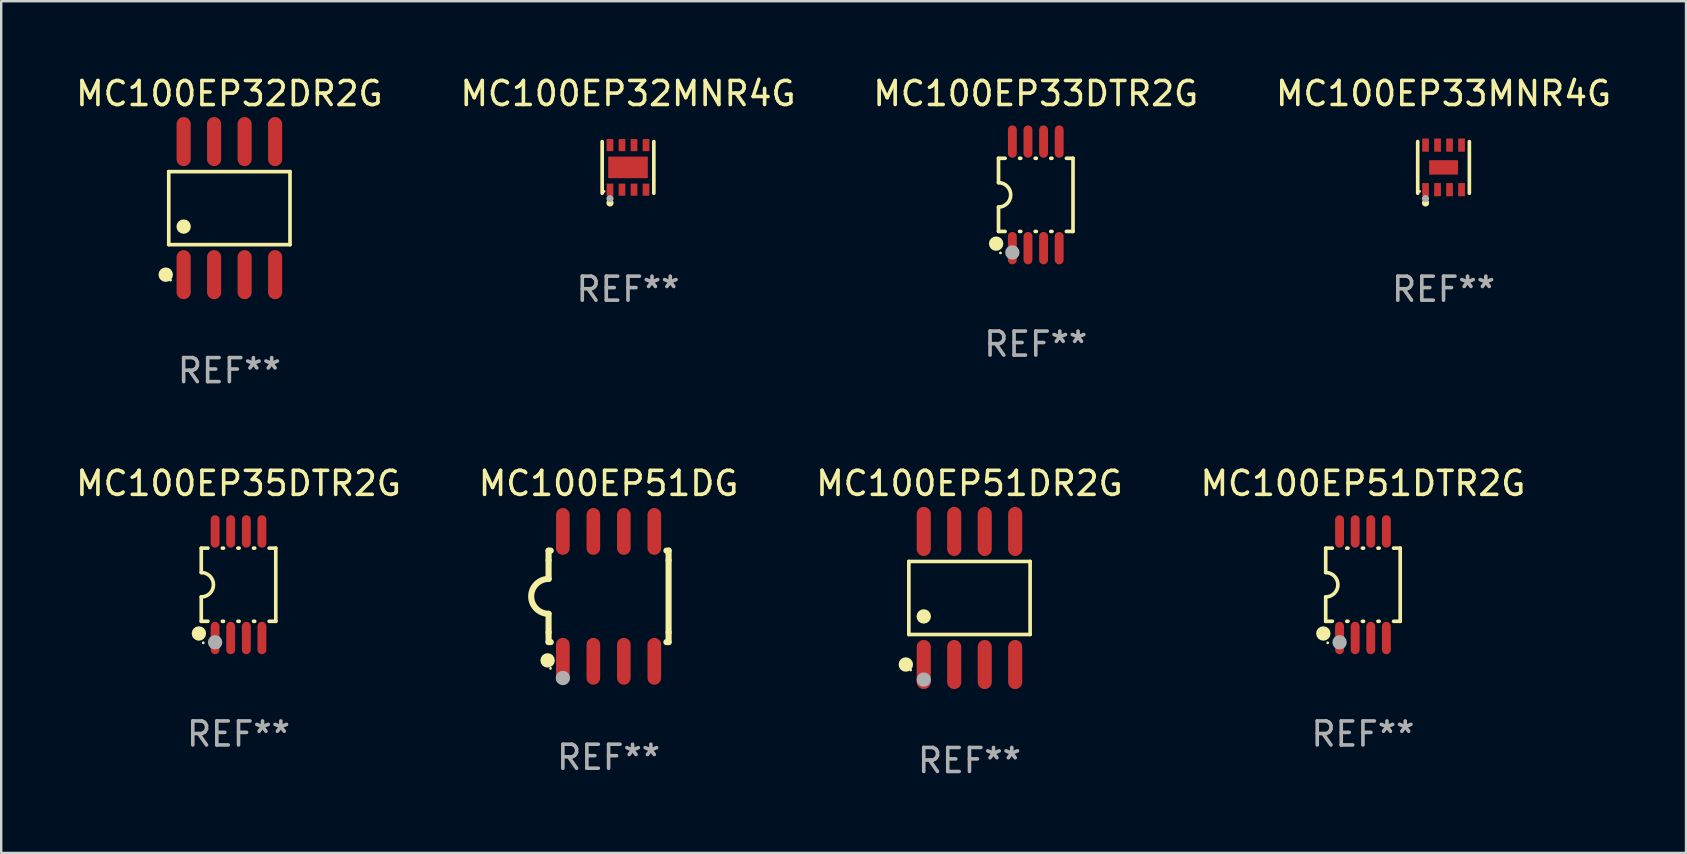
<source format=kicad_pcb>
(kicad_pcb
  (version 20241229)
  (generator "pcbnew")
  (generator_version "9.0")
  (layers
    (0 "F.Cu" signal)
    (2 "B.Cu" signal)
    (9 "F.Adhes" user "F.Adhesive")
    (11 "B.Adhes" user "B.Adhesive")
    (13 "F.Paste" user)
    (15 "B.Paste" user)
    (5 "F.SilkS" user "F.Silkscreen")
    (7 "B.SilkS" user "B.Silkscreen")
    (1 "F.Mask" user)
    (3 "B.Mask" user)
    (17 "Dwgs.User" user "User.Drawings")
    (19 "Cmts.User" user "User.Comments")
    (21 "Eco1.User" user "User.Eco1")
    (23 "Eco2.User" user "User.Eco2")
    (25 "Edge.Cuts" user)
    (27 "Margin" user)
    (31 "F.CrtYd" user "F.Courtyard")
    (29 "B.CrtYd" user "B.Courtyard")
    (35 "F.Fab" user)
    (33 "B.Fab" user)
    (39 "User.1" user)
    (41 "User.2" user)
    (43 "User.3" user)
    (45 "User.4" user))
  (footprint "MC100EP51DTR2G"
    (layer "F.Cu")
    (at 53.732 21.31)
    (property "Reference" "MC100EP51DTR2G" (at 0 -4.22 0) (layer "F.SilkS") (effects (font (size 1 1) (thickness 0.15))))
    (attr through_hole)
    (fp_line (start -1.552 -1.524) (end -1.276 -1.524) (stroke (width 0.152) (type solid)) (layer "F.SilkS"))
    (fp_line (start -1.552 -0.508) (end -1.552 -1.524) (stroke (width 0.152) (type solid)) (layer "F.SilkS"))
    (fp_line (start -1.552 1.524) (end -1.552 0.508) (stroke (width 0.152) (type solid)) (layer "F.SilkS"))
    (fp_line (start -1.552 1.524) (end -1.276 1.524) (stroke (width 0.152) (type solid)) (layer "F.SilkS"))
    (fp_line (start -0.674 -1.524) (end -0.626 -1.524) (stroke (width 0.152) (type solid)) (layer "F.SilkS"))
    (fp_line (start -0.674 1.524) (end -0.626 1.524) (stroke (width 0.152) (type solid)) (layer "F.SilkS"))
    (fp_line (start -0.024 -1.524) (end 0.024 -1.524) (stroke (width 0.152) (type solid)) (layer "F.SilkS"))
    (fp_line (start -0.024 1.524) (end 0.024 1.524) (stroke (width 0.152) (type solid)) (layer "F.SilkS"))
    (fp_line (start 0.626 -1.524) (end 0.674 -1.524) (stroke (width 0.152) (type solid)) (layer "F.SilkS"))
    (fp_line (start 0.626 1.524) (end 0.674 1.524) (stroke (width 0.152) (type solid)) (layer "F.SilkS"))
    (fp_line (start 1.276 1.524) (end 1.552 1.524) (stroke (width 0.152) (type solid)) (layer "F.SilkS"))
    (fp_line (start 1.276 -1.524) (end 1.552 -1.524) (stroke (width 0.152) (type solid)) (layer "F.SilkS"))
    (fp_line (start 1.552 -1.524) (end 1.552 1.524) (stroke (width 0.152) (type solid)) (layer "F.SilkS"))
    (fp_arc (start -1.551943 -0.508001) (mid -1.043942 0) (end -1.551943 0.508001) (stroke (width 0.151994) (type solid)) (layer "F.SilkS"))
    (fp_circle (center -1.651 2.032) (end -1.501 2.032) (stroke (width 0.3) (type solid)) (fill no) (layer "F.SilkS"))
    (fp_circle (center -1.47 2.42) (end -1.44 2.42) (stroke (width 0.06) (type solid)) (fill no) (layer "F.SilkS"))
    (fp_circle (center -0.975 2.4) (end -0.825 2.4) (stroke (width 0.3) (type solid)) (fill no) (layer "F.Fab"))
    (fp_text user "REF**" (at 0 6.22 0) (layer "F.Fab") (effects (font (size 1 1) (thickness 0.15))))
    (pad "1" smd oval (at -0.975 2.22) (size 0.37 1.35) (layers "F.Cu" "F.Mask" "F.Paste"))
    (pad "2" smd oval (at -0.325 2.22) (size 0.37 1.35) (layers "F.Cu" "F.Mask" "F.Paste"))
    (pad "3" smd oval (at 0.325 2.22) (size 0.37 1.35) (layers "F.Cu" "F.Mask" "F.Paste"))
    (pad "4" smd oval (at 0.975 2.22) (size 0.37 1.35) (layers "F.Cu" "F.Mask" "F.Paste"))
    (pad "5" smd oval (at 0.975 -2.22) (size 0.37 1.35) (layers "F.Cu" "F.Mask" "F.Paste"))
    (pad "6" smd oval (at 0.325 -2.22) (size 0.37 1.35) (layers "F.Cu" "F.Mask" "F.Paste"))
    (pad "7" smd oval (at -0.325 -2.22) (size 0.37 1.35) (layers "F.Cu" "F.Mask" "F.Paste"))
    (pad "8" smd oval (at -0.975 -2.22) (size 0.37 1.35) (layers "F.Cu" "F.Mask" "F.Paste")))
  (footprint "MC100EP33DTR2G"
    (layer "F.Cu")
    (at 40.101 5.068)
    (property "Reference" "MC100EP33DTR2G" (at 0 -4.22 0) (layer "F.SilkS") (effects (font (size 1 1) (thickness 0.15))))
    (attr through_hole)
    (fp_line (start -1.552 -1.524) (end -1.276 -1.524) (stroke (width 0.152) (type solid)) (layer "F.SilkS"))
    (fp_line (start -1.552 -0.508) (end -1.552 -1.524) (stroke (width 0.152) (type solid)) (layer "F.SilkS"))
    (fp_line (start -1.552 1.524) (end -1.552 0.508) (stroke (width 0.152) (type solid)) (layer "F.SilkS"))
    (fp_line (start -1.552 1.524) (end -1.276 1.524) (stroke (width 0.152) (type solid)) (layer "F.SilkS"))
    (fp_line (start -0.674 -1.524) (end -0.626 -1.524) (stroke (width 0.152) (type solid)) (layer "F.SilkS"))
    (fp_line (start -0.674 1.524) (end -0.626 1.524) (stroke (width 0.152) (type solid)) (layer "F.SilkS"))
    (fp_line (start -0.024 -1.524) (end 0.024 -1.524) (stroke (width 0.152) (type solid)) (layer "F.SilkS"))
    (fp_line (start -0.024 1.524) (end 0.024 1.524) (stroke (width 0.152) (type solid)) (layer "F.SilkS"))
    (fp_line (start 0.626 -1.524) (end 0.674 -1.524) (stroke (width 0.152) (type solid)) (layer "F.SilkS"))
    (fp_line (start 0.626 1.524) (end 0.674 1.524) (stroke (width 0.152) (type solid)) (layer "F.SilkS"))
    (fp_line (start 1.276 1.524) (end 1.552 1.524) (stroke (width 0.152) (type solid)) (layer "F.SilkS"))
    (fp_line (start 1.276 -1.524) (end 1.552 -1.524) (stroke (width 0.152) (type solid)) (layer "F.SilkS"))
    (fp_line (start 1.552 -1.524) (end 1.552 1.524) (stroke (width 0.152) (type solid)) (layer "F.SilkS"))
    (fp_arc (start -1.551943 -0.508001) (mid -1.043942 0) (end -1.551943 0.508001) (stroke (width 0.151994) (type solid)) (layer "F.SilkS"))
    (fp_circle (center -1.651 2.032) (end -1.501 2.032) (stroke (width 0.3) (type solid)) (fill no) (layer "F.SilkS"))
    (fp_circle (center -1.47 2.42) (end -1.44 2.42) (stroke (width 0.06) (type solid)) (fill no) (layer "F.SilkS"))
    (fp_circle (center -0.975 2.4) (end -0.825 2.4) (stroke (width 0.3) (type solid)) (fill no) (layer "F.Fab"))
    (fp_text user "REF**" (at 0 6.22 0) (layer "F.Fab") (effects (font (size 1 1) (thickness 0.15))))
    (pad "1" smd oval (at -0.975 2.22) (size 0.37 1.35) (layers "F.Cu" "F.Mask" "F.Paste"))
    (pad "2" smd oval (at -0.325 2.22) (size 0.37 1.35) (layers "F.Cu" "F.Mask" "F.Paste"))
    (pad "3" smd oval (at 0.325 2.22) (size 0.37 1.35) (layers "F.Cu" "F.Mask" "F.Paste"))
    (pad "4" smd oval (at 0.975 2.22) (size 0.37 1.35) (layers "F.Cu" "F.Mask" "F.Paste"))
    (pad "5" smd oval (at 0.975 -2.22) (size 0.37 1.35) (layers "F.Cu" "F.Mask" "F.Paste"))
    (pad "6" smd oval (at 0.325 -2.22) (size 0.37 1.35) (layers "F.Cu" "F.Mask" "F.Paste"))
    (pad "7" smd oval (at -0.325 -2.22) (size 0.37 1.35) (layers "F.Cu" "F.Mask" "F.Paste"))
    (pad "8" smd oval (at -0.975 -2.22) (size 0.37 1.35) (layers "F.Cu" "F.Mask" "F.Paste")))
  (footprint "MC100EP51DR2G"
    (layer "F.Cu")
    (at 37.339 21.862)
    (property "Reference" "MC100EP51DR2G" (at 0 -4.772 0) (layer "F.SilkS") (effects (font (size 1 1) (thickness 0.15))))
    (attr through_hole)
    (fp_line (start -2.526 -1.521) (end 2.526 -1.521) (stroke (width 0.152) (type solid)) (layer "F.SilkS"))
    (fp_line (start -2.526 1.521) (end -2.526 -1.521) (stroke (width 0.152) (type solid)) (layer "F.SilkS"))
    (fp_line (start 2.526 -1.521) (end 2.526 1.521) (stroke (width 0.152) (type solid)) (layer "F.SilkS"))
    (fp_line (start 2.526 1.521) (end -2.526 1.521) (stroke (width 0.152) (type solid)) (layer "F.SilkS"))
    (fp_circle (center -2.652 2.772) (end -2.501 2.772) (stroke (width 0.3) (type solid)) (fill no) (layer "F.SilkS"))
    (fp_circle (center -2.45 3) (end -2.42 3) (stroke (width 0.06) (type solid)) (fill no) (layer "F.SilkS"))
    (fp_circle (center -1.905 0.769) (end -1.755 0.769) (stroke (width 0.3) (type solid)) (fill no) (layer "F.SilkS"))
    (fp_circle (center -1.905 3.4) (end -1.755 3.4) (stroke (width 0.3) (type solid)) (fill no) (layer "F.Fab"))
    (fp_text user "REF**" (at 0 6.772 0) (layer "F.Fab") (effects (font (size 1 1) (thickness 0.15))))
    (pad "1" smd oval (at -1.905 2.772) (size 0.588 2.045) (layers "F.Cu" "F.Mask" "F.Paste"))
    (pad "2" smd oval (at -0.635 2.772) (size 0.588 2.045) (layers "F.Cu" "F.Mask" "F.Paste"))
    (pad "3" smd oval (at 0.635 2.772) (size 0.588 2.045) (layers "F.Cu" "F.Mask" "F.Paste"))
    (pad "4" smd oval (at 1.905 2.772) (size 0.588 2.045) (layers "F.Cu" "F.Mask" "F.Paste"))
    (pad "5" smd oval (at 1.905 -2.772) (size 0.588 2.045) (layers "F.Cu" "F.Mask" "F.Paste"))
    (pad "6" smd oval (at 0.635 -2.772) (size 0.588 2.045) (layers "F.Cu" "F.Mask" "F.Paste"))
    (pad "7" smd oval (at -0.635 -2.772) (size 0.588 2.045) (layers "F.Cu" "F.Mask" "F.Paste"))
    (pad "8" smd oval (at -1.905 -2.772) (size 0.588 2.045) (layers "F.Cu" "F.Mask" "F.Paste")))
  (footprint "MC100EP35DTR2G"
    (layer "F.Cu")
    (at 6.887 21.31)
    (property "Reference" "MC100EP35DTR2G" (at 0 -4.22 0) (layer "F.SilkS") (effects (font (size 1 1) (thickness 0.15))))
    (attr through_hole)
    (fp_line (start -1.552 -1.524) (end -1.276 -1.524) (stroke (width 0.152) (type solid)) (layer "F.SilkS"))
    (fp_line (start -1.552 -0.508) (end -1.552 -1.524) (stroke (width 0.152) (type solid)) (layer "F.SilkS"))
    (fp_line (start -1.552 1.524) (end -1.552 0.508) (stroke (width 0.152) (type solid)) (layer "F.SilkS"))
    (fp_line (start -1.552 1.524) (end -1.276 1.524) (stroke (width 0.152) (type solid)) (layer "F.SilkS"))
    (fp_line (start -0.674 -1.524) (end -0.626 -1.524) (stroke (width 0.152) (type solid)) (layer "F.SilkS"))
    (fp_line (start -0.674 1.524) (end -0.626 1.524) (stroke (width 0.152) (type solid)) (layer "F.SilkS"))
    (fp_line (start -0.024 -1.524) (end 0.024 -1.524) (stroke (width 0.152) (type solid)) (layer "F.SilkS"))
    (fp_line (start -0.024 1.524) (end 0.024 1.524) (stroke (width 0.152) (type solid)) (layer "F.SilkS"))
    (fp_line (start 0.626 -1.524) (end 0.674 -1.524) (stroke (width 0.152) (type solid)) (layer "F.SilkS"))
    (fp_line (start 0.626 1.524) (end 0.674 1.524) (stroke (width 0.152) (type solid)) (layer "F.SilkS"))
    (fp_line (start 1.276 1.524) (end 1.552 1.524) (stroke (width 0.152) (type solid)) (layer "F.SilkS"))
    (fp_line (start 1.276 -1.524) (end 1.552 -1.524) (stroke (width 0.152) (type solid)) (layer "F.SilkS"))
    (fp_line (start 1.552 -1.524) (end 1.552 1.524) (stroke (width 0.152) (type solid)) (layer "F.SilkS"))
    (fp_arc (start -1.551943 -0.508001) (mid -1.043942 0) (end -1.551943 0.508001) (stroke (width 0.151994) (type solid)) (layer "F.SilkS"))
    (fp_circle (center -1.651 2.032) (end -1.501 2.032) (stroke (width 0.3) (type solid)) (fill no) (layer "F.SilkS"))
    (fp_circle (center -1.47 2.42) (end -1.44 2.42) (stroke (width 0.06) (type solid)) (fill no) (layer "F.SilkS"))
    (fp_circle (center -0.975 2.4) (end -0.825 2.4) (stroke (width 0.3) (type solid)) (fill no) (layer "F.Fab"))
    (fp_text user "REF**" (at 0 6.22 0) (layer "F.Fab") (effects (font (size 1 1) (thickness 0.15))))
    (pad "1" smd oval (at -0.975 2.22) (size 0.37 1.35) (layers "F.Cu" "F.Mask" "F.Paste"))
    (pad "2" smd oval (at -0.325 2.22) (size 0.37 1.35) (layers "F.Cu" "F.Mask" "F.Paste"))
    (pad "3" smd oval (at 0.325 2.22) (size 0.37 1.35) (layers "F.Cu" "F.Mask" "F.Paste"))
    (pad "4" smd oval (at 0.975 2.22) (size 0.37 1.35) (layers "F.Cu" "F.Mask" "F.Paste"))
    (pad "5" smd oval (at 0.975 -2.22) (size 0.37 1.35) (layers "F.Cu" "F.Mask" "F.Paste"))
    (pad "6" smd oval (at 0.325 -2.22) (size 0.37 1.35) (layers "F.Cu" "F.Mask" "F.Paste"))
    (pad "7" smd oval (at -0.325 -2.22) (size 0.37 1.35) (layers "F.Cu" "F.Mask" "F.Paste"))
    (pad "8" smd oval (at -0.975 -2.22) (size 0.37 1.35) (layers "F.Cu" "F.Mask" "F.Paste")))
  (footprint "MC100EP32MNR4G"
    (layer "F.Cu")
    (at 23.113 3.924)
    (property "Reference" "MC100EP32MNR4G" (at 0 -3.076 0) (layer "F.SilkS") (effects (font (size 1 1) (thickness 0.15))))
    (attr through_hole)
    (fp_line (start -1.076 1.076) (end -1.076 -1.076) (stroke (width 0.152) (type solid)) (layer "F.SilkS"))
    (fp_line (start 1.076 1.076) (end 1.076 -1.076) (stroke (width 0.152) (type solid)) (layer "F.SilkS"))
    (fp_circle (center -1 1) (end -0.97 1) (stroke (width 0.06) (type solid)) (fill no) (layer "F.SilkS"))
    (fp_circle (center -0.75 1.48) (end -0.675 1.48) (stroke (width 0.15) (type solid)) (fill no) (layer "F.SilkS"))
    (fp_circle (center -0.75 1.3) (end -0.675 1.3) (stroke (width 0.15) (type solid)) (fill no) (layer "F.Fab"))
    (fp_text user "REF**" (at 0 5.076 0) (layer "F.Fab") (effects (font (size 1 1) (thickness 0.15))))
    (pad "1" smd rect (at -0.75 0.928) (size 0.28 0.505) (layers "F.Cu" "F.Mask" "F.Paste"))
    (pad "2" smd rect (at -0.25 0.928) (size 0.28 0.505) (layers "F.Cu" "F.Mask" "F.Paste"))
    (pad "3" smd rect (at 0.25 0.928) (size 0.28 0.505) (layers "F.Cu" "F.Mask" "F.Paste"))
    (pad "4" smd rect (at 0.75 0.928) (size 0.28 0.505) (layers "F.Cu" "F.Mask" "F.Paste"))
    (pad "5" smd rect (at 0.75 -0.928) (size 0.28 0.505) (layers "F.Cu" "F.Mask" "F.Paste"))
    (pad "6" smd rect (at 0.25 -0.928) (size 0.28 0.505) (layers "F.Cu" "F.Mask" "F.Paste"))
    (pad "7" smd rect (at -0.25 -0.928) (size 0.28 0.505) (layers "F.Cu" "F.Mask" "F.Paste"))
    (pad "8" smd rect (at -0.75 -0.928) (size 0.28 0.505) (layers "F.Cu" "F.Mask" "F.Paste"))
    (pad "9" smd rect (at 0 0) (size 1.65 0.9) (layers "F.Cu" "F.Mask" "F.Paste")))
  (footprint "MC100EP51DG"
    (layer "F.Cu")
    (at 22.304 21.795)
    (property "Reference" "MC100EP51DG" (at 0 -4.705 0) (layer "F.SilkS") (effects (font (size 1 1) (thickness 0.15))))
    (attr through_hole)
    (fp_line (start -2.5 -1.905) (end -2.409 -1.905) (stroke (width 0.254) (type solid)) (layer "F.SilkS"))
    (fp_line (start -2.5 -1.5) (end -2.5 -1.905) (stroke (width 0.254) (type solid)) (layer "F.SilkS"))
    (fp_line (start -2.5 -1.5) (end -2.5 -0.726) (stroke (width 0.254) (type solid)) (layer "F.SilkS"))
    (fp_line (start -2.5 1.5) (end -2.5 0.727) (stroke (width 0.254) (type solid)) (layer "F.SilkS"))
    (fp_line (start -2.5 1.5) (end -2.5 1.905) (stroke (width 0.254) (type solid)) (layer "F.SilkS"))
    (fp_line (start -2.5 1.905) (end -2.409 1.905) (stroke (width 0.254) (type solid)) (layer "F.SilkS"))
    (fp_line (start 2.5 -1.905) (end 2.409 -1.905) (stroke (width 0.254) (type solid)) (layer "F.SilkS"))
    (fp_line (start 2.5 -1.5) (end 2.5 -1.905) (stroke (width 0.254) (type solid)) (layer "F.SilkS"))
    (fp_line (start 2.5 -1.5) (end 2.5 1.5) (stroke (width 0.254) (type solid)) (layer "F.SilkS"))
    (fp_line (start 2.5 1.5) (end 2.5 1.905) (stroke (width 0.254) (type solid)) (layer "F.SilkS"))
    (fp_line (start 2.5 1.905) (end 2.409 1.905) (stroke (width 0.254) (type solid)) (layer "F.SilkS"))
    (fp_arc (start -2.5 0.726568) (mid -3.220316 -0.0023) (end -2.495097 -0.726289) (stroke (width 0.254001) (type solid)) (layer "F.SilkS"))
    (fp_circle (center -2.54 2.667) (end -2.39 2.667) (stroke (width 0.3) (type solid)) (fill no) (layer "F.SilkS"))
    (fp_circle (center -2.42 3) (end -2.39 3) (stroke (width 0.06) (type solid)) (fill no) (layer "F.SilkS"))
    (fp_circle (center -1.905 3.4) (end -1.755 3.4) (stroke (width 0.3) (type solid)) (fill no) (layer "F.Fab"))
    (fp_text user "REF**" (at 0 6.705 0) (layer "F.Fab") (effects (font (size 1 1) (thickness 0.15))))
    (pad "1" smd oval (at -1.905 2.705) (size 0.568 1.95) (layers "F.Cu" "F.Mask" "F.Paste"))
    (pad "2" smd oval (at -0.635 2.705) (size 0.568 1.95) (layers "F.Cu" "F.Mask" "F.Paste"))
    (pad "3" smd oval (at 0.635 2.705) (size 0.568 1.95) (layers "F.Cu" "F.Mask" "F.Paste"))
    (pad "4" smd oval (at 1.905 2.705) (size 0.568 1.95) (layers "F.Cu" "F.Mask" "F.Paste"))
    (pad "5" smd oval (at 1.905 -2.705) (size 0.568 1.95) (layers "F.Cu" "F.Mask" "F.Paste"))
    (pad "6" smd oval (at 0.635 -2.705) (size 0.568 1.95) (layers "F.Cu" "F.Mask" "F.Paste"))
    (pad "7" smd oval (at -0.635 -2.705) (size 0.568 1.95) (layers "F.Cu" "F.Mask" "F.Paste"))
    (pad "8" smd oval (at -1.905 -2.705) (size 0.568 1.95) (layers "F.Cu" "F.Mask" "F.Paste")))
  (footprint "MC100EP33MNR4G"
    (layer "F.Cu")
    (at 57.089 3.924)
    (property "Reference" "MC100EP33MNR4G" (at 0 -3.076 0) (layer "F.SilkS") (effects (font (size 1 1) (thickness 0.15))))
    (attr through_hole)
    (fp_line (start -1.076 1.076) (end -1.076 -1.076) (stroke (width 0.152) (type solid)) (layer "F.SilkS"))
    (fp_line (start 1.076 1.076) (end 1.076 -1.076) (stroke (width 0.152) (type solid)) (layer "F.SilkS"))
    (fp_circle (center -1 1) (end -0.97 1) (stroke (width 0.06) (type solid)) (fill no) (layer "F.SilkS"))
    (fp_circle (center -0.75 1.48) (end -0.675 1.48) (stroke (width 0.15) (type solid)) (fill no) (layer "F.SilkS"))
    (fp_circle (center -0.75 1.3) (end -0.675 1.3) (stroke (width 0.15) (type solid)) (fill no) (layer "F.Fab"))
    (fp_text user "REF**" (at 0 5.076 0) (layer "F.Fab") (effects (font (size 1 1) (thickness 0.15))))
    (pad "1" smd rect (at -0.75 0.928) (size 0.28 0.55) (layers "F.Cu" "F.Mask" "F.Paste"))
    (pad "2" smd rect (at -0.25 0.928) (size 0.28 0.55) (layers "F.Cu" "F.Mask" "F.Paste"))
    (pad "3" smd rect (at 0.25 0.928) (size 0.28 0.55) (layers "F.Cu" "F.Mask" "F.Paste"))
    (pad "4" smd rect (at 0.75 0.928) (size 0.28 0.55) (layers "F.Cu" "F.Mask" "F.Paste"))
    (pad "5" smd rect (at 0.75 -0.928) (size 0.28 0.55) (layers "F.Cu" "F.Mask" "F.Paste"))
    (pad "6" smd rect (at 0.25 -0.928) (size 0.28 0.55) (layers "F.Cu" "F.Mask" "F.Paste"))
    (pad "7" smd rect (at -0.25 -0.928) (size 0.28 0.55) (layers "F.Cu" "F.Mask" "F.Paste"))
    (pad "8" smd rect (at -0.75 -0.928) (size 0.28 0.55) (layers "F.Cu" "F.Mask" "F.Paste"))
    (pad "9" smd rect (at 0 0) (size 1.2 0.6) (layers "F.Cu" "F.Mask" "F.Paste")))
  (footprint "MC100EP32DR2G"
    (layer "F.Cu")
    (at 6.506 5.621)
    (property "Reference" "MC100EP32DR2G" (at 0 -4.772 0) (layer "F.SilkS") (effects (font (size 1 1) (thickness 0.15))))
    (attr through_hole)
    (fp_line (start -2.526 -1.521) (end 2.526 -1.521) (stroke (width 0.152) (type solid)) (layer "F.SilkS"))
    (fp_line (start -2.526 1.521) (end -2.526 -1.521) (stroke (width 0.152) (type solid)) (layer "F.SilkS"))
    (fp_line (start 2.526 -1.521) (end 2.526 1.521) (stroke (width 0.152) (type solid)) (layer "F.SilkS"))
    (fp_line (start 2.526 1.521) (end -2.526 1.521) (stroke (width 0.152) (type solid)) (layer "F.SilkS"))
    (fp_circle (center -2.652 2.772) (end -2.501 2.772) (stroke (width 0.3) (type solid)) (fill no) (layer "F.SilkS"))
    (fp_circle (center -2.45 3) (end -2.42 3) (stroke (width 0.06) (type solid)) (fill no) (layer "F.SilkS"))
    (fp_circle (center -1.905 0.769) (end -1.755 0.769) (stroke (width 0.3) (type solid)) (fill no) (layer "F.SilkS"))
    (fp_text user "REF**" (at 0 6.772 0) (layer "F.Fab") (effects (font (size 1 1) (thickness 0.15))))
    (pad "1" smd oval (at -1.905 2.772) (size 0.588 2.045) (layers "F.Cu" "F.Mask" "F.Paste"))
    (pad "2" smd oval (at -0.635 2.772) (size 0.588 2.045) (layers "F.Cu" "F.Mask" "F.Paste"))
    (pad "3" smd oval (at 0.635 2.772) (size 0.588 2.045) (layers "F.Cu" "F.Mask" "F.Paste"))
    (pad "4" smd oval (at 1.905 2.772) (size 0.588 2.045) (layers "F.Cu" "F.Mask" "F.Paste"))
    (pad "5" smd oval (at 1.905 -2.772) (size 0.588 2.045) (layers "F.Cu" "F.Mask" "F.Paste"))
    (pad "6" smd oval (at 0.635 -2.772) (size 0.588 2.045) (layers "F.Cu" "F.Mask" "F.Paste"))
    (pad "7" smd oval (at -0.635 -2.772) (size 0.588 2.045) (layers "F.Cu" "F.Mask" "F.Paste"))
    (pad "8" smd oval (at -1.905 -2.772) (size 0.588 2.045) (layers "F.Cu" "F.Mask" "F.Paste")))
  (gr_rect
    (start -3 -3)
    (end 67.19 32.483)
    (stroke (width 0.1) (type default))
    (fill no)
    (layer "Edge.Cuts")))
</source>
